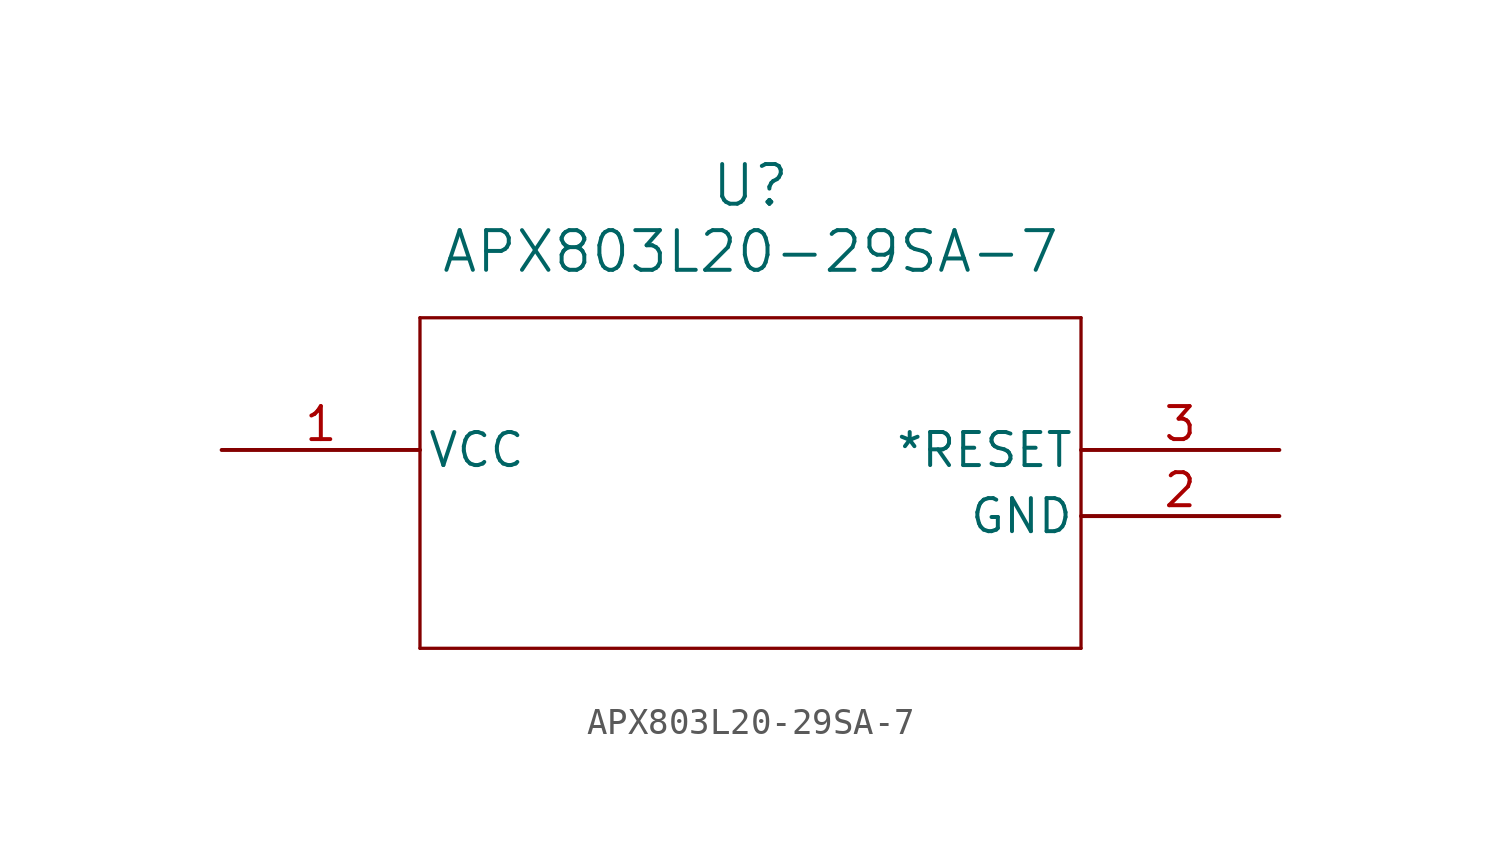
<source format=kicad_sym>
(kicad_symbol_lib
  (version 20211014)
  (generator kicad_symbol_editor)
  (symbol "APX803L20-29SA-7"
    (pin_names
      (offset 0.254))
    (property "Reference" "U"
      (at 20.32 10.16 0)
      (effects (font (size 1.524 1.524))))
    (property "Value" "APX803L20-29SA-7"
      (at 20.32 7.62 0)
      (effects (font (size 1.524 1.524))))
    (symbol "APX803L20-29SA-7_0_1"
      (polyline (pts (xy 7.62 5.08) (xy 7.62 -7.62)) (stroke (width 0.127) (type default) (color 0 0 0 0)) (fill (type none)))
      (polyline (pts (xy 7.62 -7.62) (xy 33.02 -7.62)) (stroke (width 0.127) (type default) (color 0 0 0 0)) (fill (type none)))
      (polyline (pts (xy 33.02 -7.62) (xy 33.02 5.08)) (stroke (width 0.127) (type default) (color 0 0 0 0)) (fill (type none)))
      (polyline (pts (xy 33.02 5.08) (xy 7.62 5.08)) (stroke (width 0.127) (type default) (color 0 0 0 0)) (fill (type none)))
      (pin power_in line (at 0 0 0) (length 7.62) (name "VCC" (effects (font (size 1.27 1.27)))) (number "1" (effects (font (size 1.27 1.27)))))
      (pin power_out line (at 40.64 -2.54 180) (length 7.62) (name "GND" (effects (font (size 1.27 1.27)))) (number "2" (effects (font (size 1.27 1.27)))))
      (pin output line (at 40.64 0 180) (length 7.62) (name "*RESET" (effects (font (size 1.27 1.27)))) (number "3" (effects (font (size 1.27 1.27))))))))
</source>
